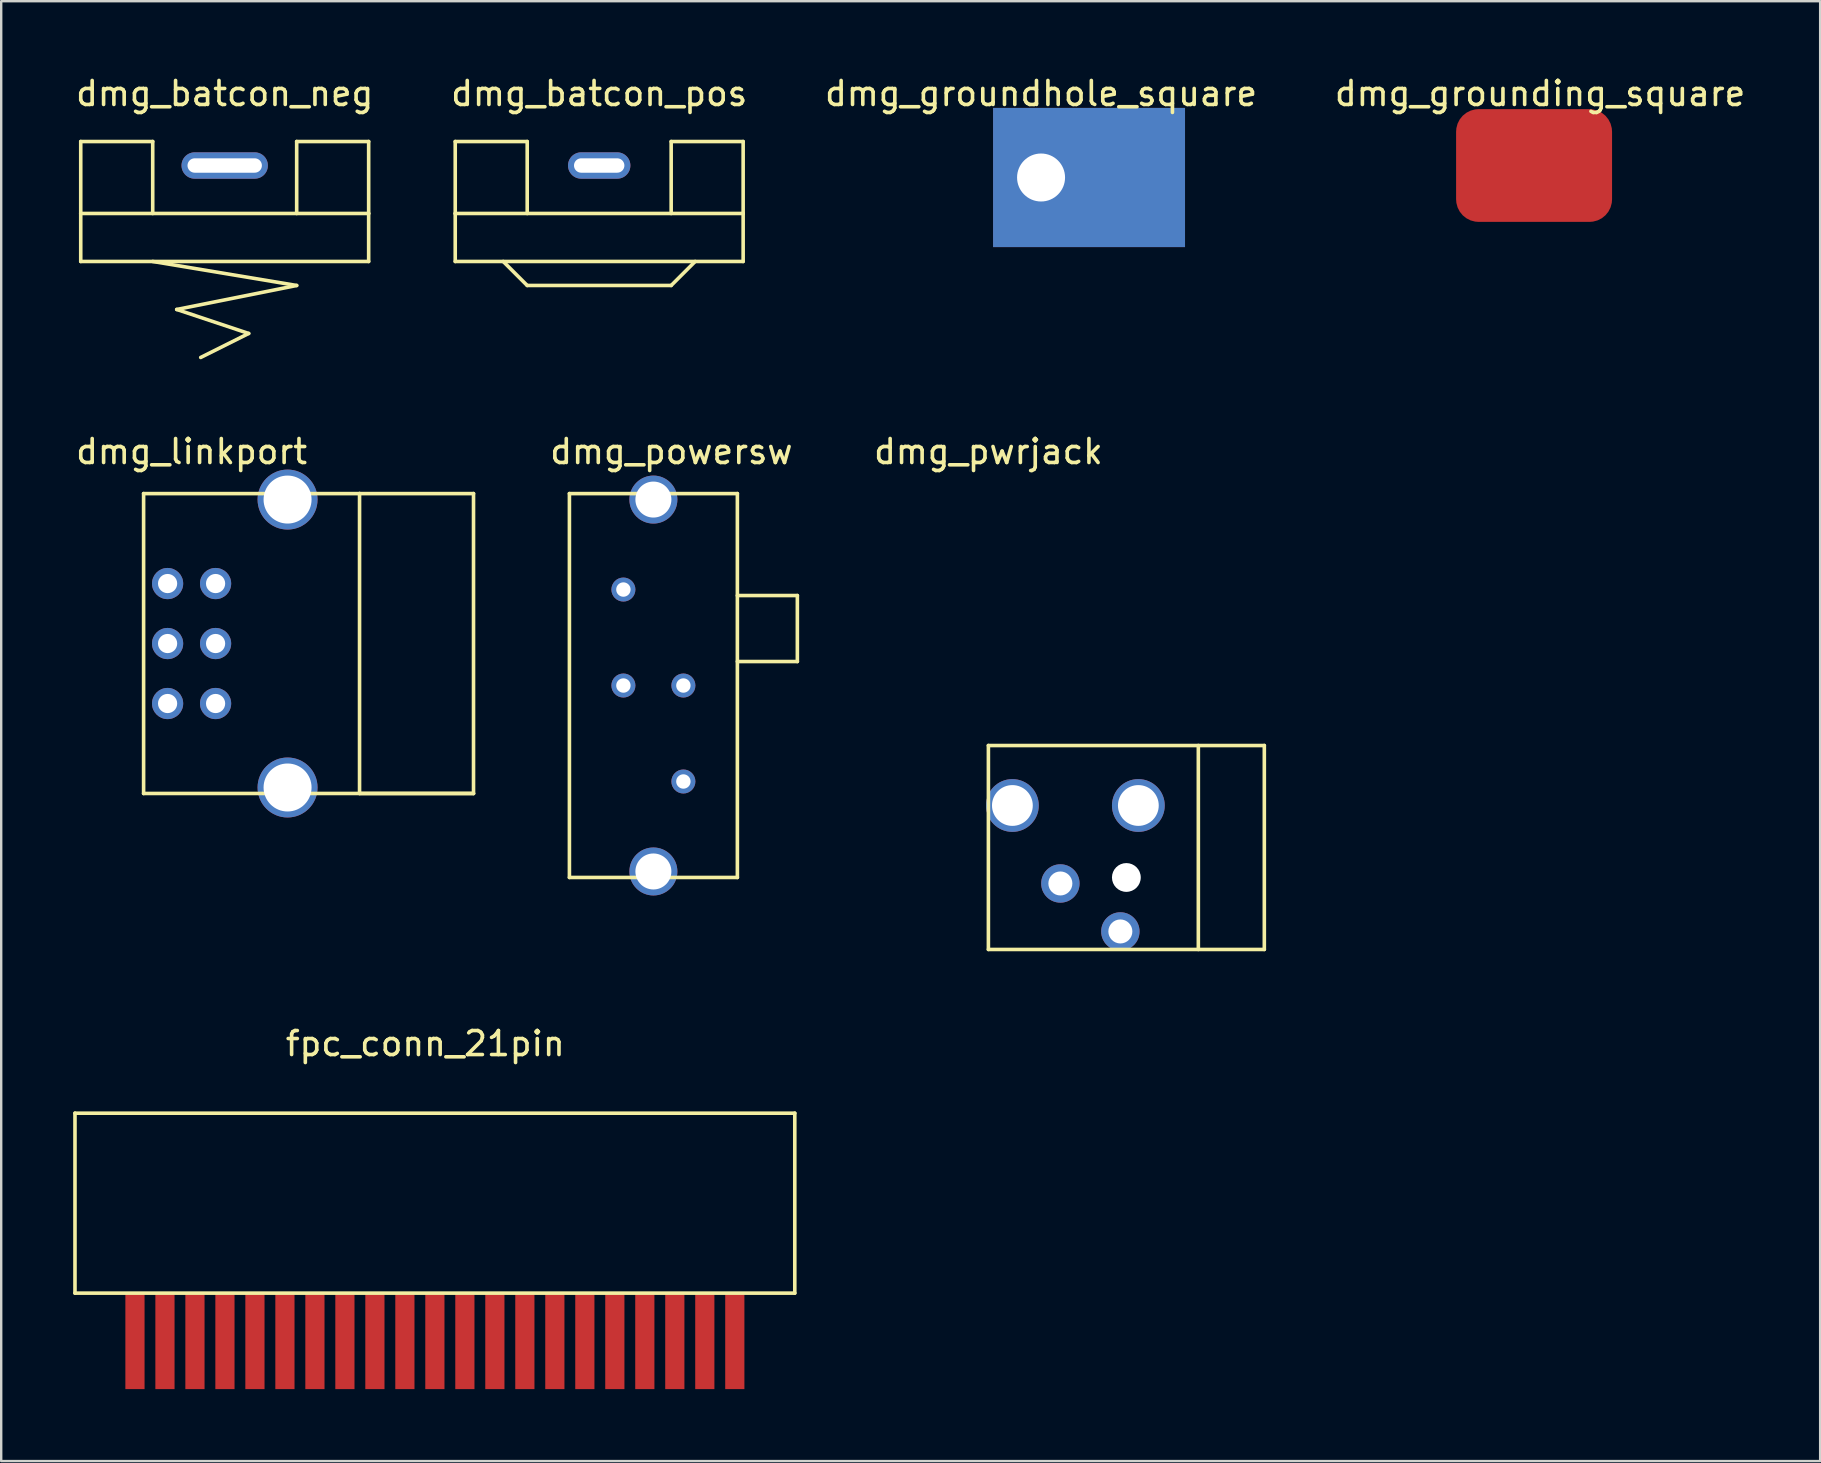
<source format=kicad_pcb>
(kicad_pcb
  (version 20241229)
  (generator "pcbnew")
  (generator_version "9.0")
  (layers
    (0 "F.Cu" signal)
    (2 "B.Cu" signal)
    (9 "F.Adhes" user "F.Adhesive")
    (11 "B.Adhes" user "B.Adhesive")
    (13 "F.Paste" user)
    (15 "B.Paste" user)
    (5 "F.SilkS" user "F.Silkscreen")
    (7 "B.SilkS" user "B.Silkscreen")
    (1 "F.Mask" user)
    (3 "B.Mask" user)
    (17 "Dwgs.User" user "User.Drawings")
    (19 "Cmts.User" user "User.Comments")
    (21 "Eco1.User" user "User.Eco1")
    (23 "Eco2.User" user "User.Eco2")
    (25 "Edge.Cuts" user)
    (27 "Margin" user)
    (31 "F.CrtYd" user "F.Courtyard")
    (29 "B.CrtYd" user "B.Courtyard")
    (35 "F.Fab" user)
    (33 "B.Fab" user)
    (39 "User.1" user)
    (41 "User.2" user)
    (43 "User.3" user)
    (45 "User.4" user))
  (footprint "dmg_powersw"
    (layer "F.Cu")
    (at 24.182 25.521)
    (property "Reference" "dmg_powersw" (at 0.75 -9.75 0) (layer "F.SilkS") (effects (font (size 1 1) (thickness 0.15))))
    (attr through_hole)
    (fp_line (start -3.5 -8) (end 3.5 -8) (stroke (width 0.15) (type solid)) (layer "F.SilkS"))
    (fp_line (start -3.5 8) (end -3.5 -8) (stroke (width 0.15) (type solid)) (layer "F.SilkS"))
    (fp_line (start 3.5 -8) (end 3.5 8) (stroke (width 0.15) (type solid)) (layer "F.SilkS"))
    (fp_line (start 3.5 -3.75) (end 6 -3.75) (stroke (width 0.15) (type solid)) (layer "F.SilkS"))
    (fp_line (start 3.5 8) (end -3.5 8) (stroke (width 0.15) (type solid)) (layer "F.SilkS"))
    (fp_line (start 6 -3.75) (end 6 -1) (stroke (width 0.15) (type solid)) (layer "F.SilkS"))
    (fp_line (start 6 -1) (end 3.5 -1) (stroke (width 0.15) (type solid)) (layer "F.SilkS"))
    (pad "1" thru_hole circle (at -1.25 -4) (size 1 1) (drill 0.6) (layers "*.Cu" "*.Mask"))
    (pad "2" thru_hole circle (at -1.25 0) (size 1 1) (drill 0.6) (layers "*.Cu" "*.Mask"))
    (pad "3" thru_hole circle (at 1.25 0) (size 1 1) (drill 0.6) (layers "*.Cu" "*.Mask"))
    (pad "4" thru_hole circle (at 1.25 4) (size 1 1) (drill 0.6) (layers "*.Cu" "*.Mask"))
    (pad "5" thru_hole circle (at 0 -7.75) (size 2 2) (drill 1.5) (layers "*.Cu" "*.Mask"))
    (pad "6" thru_hole circle (at 0 7.75) (size 2 2) (drill 1.5) (layers "*.Cu" "*.Mask")))
  (footprint "dmg_batcon_pos"
    (layer "F.Cu")
    (at 21.923 3.848)
    (property "Reference" "dmg_batcon_pos" (at 0 -3 0) (layer "F.SilkS") (effects (font (size 1 1) (thickness 0.15))))
    (attr through_hole)
    (fp_line (start -6 -1) (end -3 -1) (stroke (width 0.15) (type solid)) (layer "F.SilkS"))
    (fp_line (start -6 2) (end -6 -1) (stroke (width 0.15) (type solid)) (layer "F.SilkS"))
    (fp_line (start -6 2) (end 6 2) (stroke (width 0.15) (type solid)) (layer "F.SilkS"))
    (fp_line (start -6 4) (end -6 2) (stroke (width 0.15) (type solid)) (layer "F.SilkS"))
    (fp_line (start -4 4) (end -3 5) (stroke (width 0.15) (type solid)) (layer "F.SilkS"))
    (fp_line (start -3 -1) (end -3 2) (stroke (width 0.15) (type solid)) (layer "F.SilkS"))
    (fp_line (start -3 5) (end 3 5) (stroke (width 0.15) (type solid)) (layer "F.SilkS"))
    (fp_line (start 3 -1) (end 6 -1) (stroke (width 0.15) (type solid)) (layer "F.SilkS"))
    (fp_line (start 3 2) (end 3 -1) (stroke (width 0.15) (type solid)) (layer "F.SilkS"))
    (fp_line (start 3 5) (end 4 4) (stroke (width 0.15) (type solid)) (layer "F.SilkS"))
    (fp_line (start 6 -1) (end 6 2) (stroke (width 0.15) (type solid)) (layer "F.SilkS"))
    (fp_line (start 6 2) (end 6 4) (stroke (width 0.15) (type solid)) (layer "F.SilkS"))
    (fp_line (start 6 4) (end -6 4) (stroke (width 0.15) (type solid)) (layer "F.SilkS"))
    (pad "1" thru_hole oval (at 0 0) (size 2.6 1.1) (drill oval 2.1 0.6) (layers "*.Cu" "*.Mask")))
  (footprint "dmg_grounding_square"
    (layer "F.Cu")
    (at 60.887 3.848)
    (property "Reference" "dmg_grounding_square" (at 0.25 -3 0) (layer "F.SilkS") (effects (font (size 1 1) (thickness 0.15))))
    (attr through_hole)
    (pad "1" smd roundrect (at 0 0 90) (size 4.7 6.5) (layers "F.Cu" "F.Mask" "F.Paste") (roundrect_rratio 0.2)))
  (footprint "dmg_pwrjack"
    (layer "F.Cu")
    (at 38.144 28.021)
    (property "Reference" "dmg_pwrjack" (at 0 -12.25 0) (layer "F.SilkS") (effects (font (size 1 1) (thickness 0.15))))
    (attr through_hole)
    (fp_line (start 0 0) (end 11.5 0) (stroke (width 0.15) (type solid)) (layer "F.SilkS"))
    (fp_line (start 0 8.5) (end 0 0) (stroke (width 0.15) (type solid)) (layer "F.SilkS"))
    (fp_line (start 8.75 8.5) (end 8.75 0) (stroke (width 0.15) (type solid)) (layer "F.SilkS"))
    (fp_line (start 11.5 0) (end 11.5 8.5) (stroke (width 0.15) (type solid)) (layer "F.SilkS"))
    (fp_line (start 11.5 8.5) (end 0 8.5) (stroke (width 0.15) (type solid)) (layer "F.SilkS"))
    (pad "" np_thru_hole circle (at 5.75 5.5) (size 1.2 1.2) (drill 1.2) (layers "*.Cu" "*.Mask"))
    (pad "1" thru_hole circle (at 1 2.5) (size 2.2 2.2) (drill 1.7) (layers "*.Cu" "*.Mask"))
    (pad "2" thru_hole circle (at 6.25 2.5) (size 2.2 2.2) (drill 1.7) (layers "*.Cu" "*.Mask"))
    (pad "3" thru_hole circle (at 3 5.75) (size 1.6 1.6) (drill 1) (layers "*.Cu" "*.Mask"))
    (pad "4" thru_hole circle (at 5.5 7.75) (size 1.6 1.6) (drill 1) (layers "*.Cu" "*.Mask")))
  (footprint "dmg_linkport"
    (layer "F.Cu")
    (at 8.935 23.771)
    (property "Reference" "dmg_linkport" (at -4 -8 0) (layer "F.SilkS") (effects (font (size 1 1) (thickness 0.15))))
    (attr through_hole)
    (fp_line (start -6 -6.25) (end -6 6.25) (stroke (width 0.15) (type solid)) (layer "F.SilkS"))
    (fp_line (start -6 6.25) (end 7.75 6.25) (stroke (width 0.15) (type solid)) (layer "F.SilkS"))
    (fp_line (start 3 -6.25) (end -6 -6.25) (stroke (width 0.15) (type solid)) (layer "F.SilkS"))
    (fp_line (start 3 -6.25) (end 3 6.25) (stroke (width 0.15) (type solid)) (layer "F.SilkS"))
    (fp_line (start 3 6.25) (end 7.75 6.25) (stroke (width 0.15) (type solid)) (layer "F.SilkS"))
    (fp_line (start 7.75 -6.25) (end 3 -6.25) (stroke (width 0.15) (type solid)) (layer "F.SilkS"))
    (fp_line (start 7.75 6.25) (end 7.75 -6.25) (stroke (width 0.15) (type solid)) (layer "F.SilkS"))
    (pad "1" thru_hole circle (at -5 -2.5) (size 1.3 1.3) (drill 0.8) (layers "*.Cu" "*.Mask"))
    (pad "2" thru_hole circle (at -3 -2.5) (size 1.3 1.3) (drill 0.8) (layers "*.Cu" "*.Mask"))
    (pad "3" thru_hole circle (at -5 0) (size 1.3 1.3) (drill 0.8) (layers "*.Cu" "*.Mask"))
    (pad "4" thru_hole circle (at -3 0) (size 1.3 1.3) (drill 0.8) (layers "*.Cu" "*.Mask"))
    (pad "5" thru_hole circle (at -5 2.5) (size 1.3 1.3) (drill 0.8) (layers "*.Cu" "*.Mask"))
    (pad "6" thru_hole circle (at -3 2.5) (size 1.3 1.3) (drill 0.8) (layers "*.Cu" "*.Mask"))
    (pad "7" thru_hole circle (at 0 -6) (size 2.5 2.5) (drill 2) (layers "*.Cu" "*.Mask"))
    (pad "8" thru_hole circle (at 0 6) (size 2.5 2.5) (drill 2) (layers "*.Cu" "*.Mask")))
  (footprint "dmg_groundhole_square"
    (layer "F.Cu")
    (at 40.589 4.098)
    (property "Reference" "dmg_groundhole_square" (at -0.25 -3.25 0) (layer "F.SilkS") (effects (font (size 1 1) (thickness 0.15))))
    (attr through_hole)
    (pad "1" thru_hole rect (at -0.25 0.25) (size 8 5.8) (drill 2 (offset 2 0)) (layers "*.Cu" "*.Mask")))
  (footprint "dmg_batcon_neg"
    (layer "F.Cu")
    (at 6.315 3.848)
    (property "Reference" "dmg_batcon_neg" (at 0 -3 0) (layer "F.SilkS") (effects (font (size 1 1) (thickness 0.15))))
    (attr through_hole)
    (fp_line (start -6 -1) (end -3 -1) (stroke (width 0.15) (type solid)) (layer "F.SilkS"))
    (fp_line (start -6 2) (end -6 -1) (stroke (width 0.15) (type solid)) (layer "F.SilkS"))
    (fp_line (start -6 2) (end 6 2) (stroke (width 0.15) (type solid)) (layer "F.SilkS"))
    (fp_line (start -6 4) (end -6 2) (stroke (width 0.15) (type solid)) (layer "F.SilkS"))
    (fp_line (start -3 -1) (end -3 2) (stroke (width 0.15) (type solid)) (layer "F.SilkS"))
    (fp_line (start -3 4) (end 3 5) (stroke (width 0.15) (type solid)) (layer "F.SilkS"))
    (fp_line (start -2 6) (end 1 7) (stroke (width 0.15) (type solid)) (layer "F.SilkS"))
    (fp_line (start 1 7) (end -1 8) (stroke (width 0.15) (type solid)) (layer "F.SilkS"))
    (fp_line (start 3 -1) (end 6 -1) (stroke (width 0.15) (type solid)) (layer "F.SilkS"))
    (fp_line (start 3 2) (end 3 -1) (stroke (width 0.15) (type solid)) (layer "F.SilkS"))
    (fp_line (start 3 5) (end -2 6) (stroke (width 0.15) (type solid)) (layer "F.SilkS"))
    (fp_line (start 6 -1) (end 6 2) (stroke (width 0.15) (type solid)) (layer "F.SilkS"))
    (fp_line (start 6 2) (end 6 4) (stroke (width 0.15) (type solid)) (layer "F.SilkS"))
    (fp_line (start 6 4) (end -6 4) (stroke (width 0.15) (type solid)) (layer "F.SilkS"))
    (pad "1" thru_hole oval (at 0 0) (size 3.6 1.1) (drill oval 3.1 0.6) (layers "*.Cu" "*.Mask")))
  (footprint "fpc_conn_21pin"
    (layer "F.Cu")
    (at 15.075 50.845)
    (property "Reference" "fpc_conn_21pin" (at -0.4 -10.4 0) (layer "F.SilkS") (effects (font (size 1 1) (thickness 0.15))))
    (attr through_hole)
    (fp_line (start -15 -7.5) (end 15 -7.5) (stroke (width 0.15) (type solid)) (layer "F.SilkS"))
    (fp_line (start -15 0) (end -15 -7.5) (stroke (width 0.15) (type solid)) (layer "F.SilkS"))
    (fp_line (start 15 -7.5) (end 15 0) (stroke (width 0.15) (type solid)) (layer "F.SilkS"))
    (fp_line (start 15 0) (end -15 0) (stroke (width 0.15) (type solid)) (layer "F.SilkS"))
    (pad "1" smd trapezoid (at 12.5 2 90) (size 4 0.8) (layers "F.Cu" "F.Mask" "F.Paste"))
    (pad "2" smd trapezoid (at 11.25 2 90) (size 4 0.8) (layers "F.Cu" "F.Mask" "F.Paste"))
    (pad "3" smd trapezoid (at 10 2 90) (size 4 0.8) (layers "F.Cu" "F.Mask" "F.Paste"))
    (pad "4" smd trapezoid (at 8.75 2 90) (size 4 0.8) (layers "F.Cu" "F.Mask" "F.Paste"))
    (pad "5" smd trapezoid (at 7.5 2 90) (size 4 0.8) (layers "F.Cu" "F.Mask" "F.Paste"))
    (pad "6" smd trapezoid (at 6.25 2 90) (size 4 0.8) (layers "F.Cu" "F.Mask" "F.Paste"))
    (pad "7" smd trapezoid (at 5 2 90) (size 4 0.8) (layers "F.Cu" "F.Mask" "F.Paste"))
    (pad "8" smd trapezoid (at 3.75 2 90) (size 4 0.8) (layers "F.Cu" "F.Mask" "F.Paste"))
    (pad "9" smd trapezoid (at 2.5 2 90) (size 4 0.8) (layers "F.Cu" "F.Mask" "F.Paste"))
    (pad "10" smd trapezoid (at 1.25 2 90) (size 4 0.8) (layers "F.Cu" "F.Mask" "F.Paste"))
    (pad "11" smd trapezoid (at 0 2 90) (size 4 0.8) (layers "F.Cu" "F.Mask" "F.Paste"))
    (pad "12" smd trapezoid (at -1.25 2 90) (size 4 0.8) (layers "F.Cu" "F.Mask" "F.Paste"))
    (pad "13" smd trapezoid (at -2.5 2 90) (size 4 0.8) (layers "F.Cu" "F.Mask" "F.Paste"))
    (pad "14" smd trapezoid (at -3.75 2 90) (size 4 0.8) (layers "F.Cu" "F.Mask" "F.Paste"))
    (pad "15" smd trapezoid (at -5 2 90) (size 4 0.8) (layers "F.Cu" "F.Mask" "F.Paste"))
    (pad "16" smd trapezoid (at -6.25 2 90) (size 4 0.8) (layers "F.Cu" "F.Mask" "F.Paste"))
    (pad "17" smd trapezoid (at -7.5 2 90) (size 4 0.8) (layers "F.Cu" "F.Mask" "F.Paste"))
    (pad "18" smd trapezoid (at -8.75 2 90) (size 4 0.8) (layers "F.Cu" "F.Mask" "F.Paste"))
    (pad "19" smd trapezoid (at -10 2 90) (size 4 0.8) (layers "F.Cu" "F.Mask" "F.Paste"))
    (pad "20" smd trapezoid (at -11.25 2 90) (size 4 0.8) (layers "F.Cu" "F.Mask" "F.Paste"))
    (pad "21" smd trapezoid (at -12.5 2 90) (size 4 0.8) (layers "F.Cu" "F.Mask" "F.Paste")))
  (gr_rect
    (start -3 -3)
    (end 72.81 57.845)
    (stroke (width 0.1) (type default))
    (fill no)
    (layer "Edge.Cuts")))
</source>
